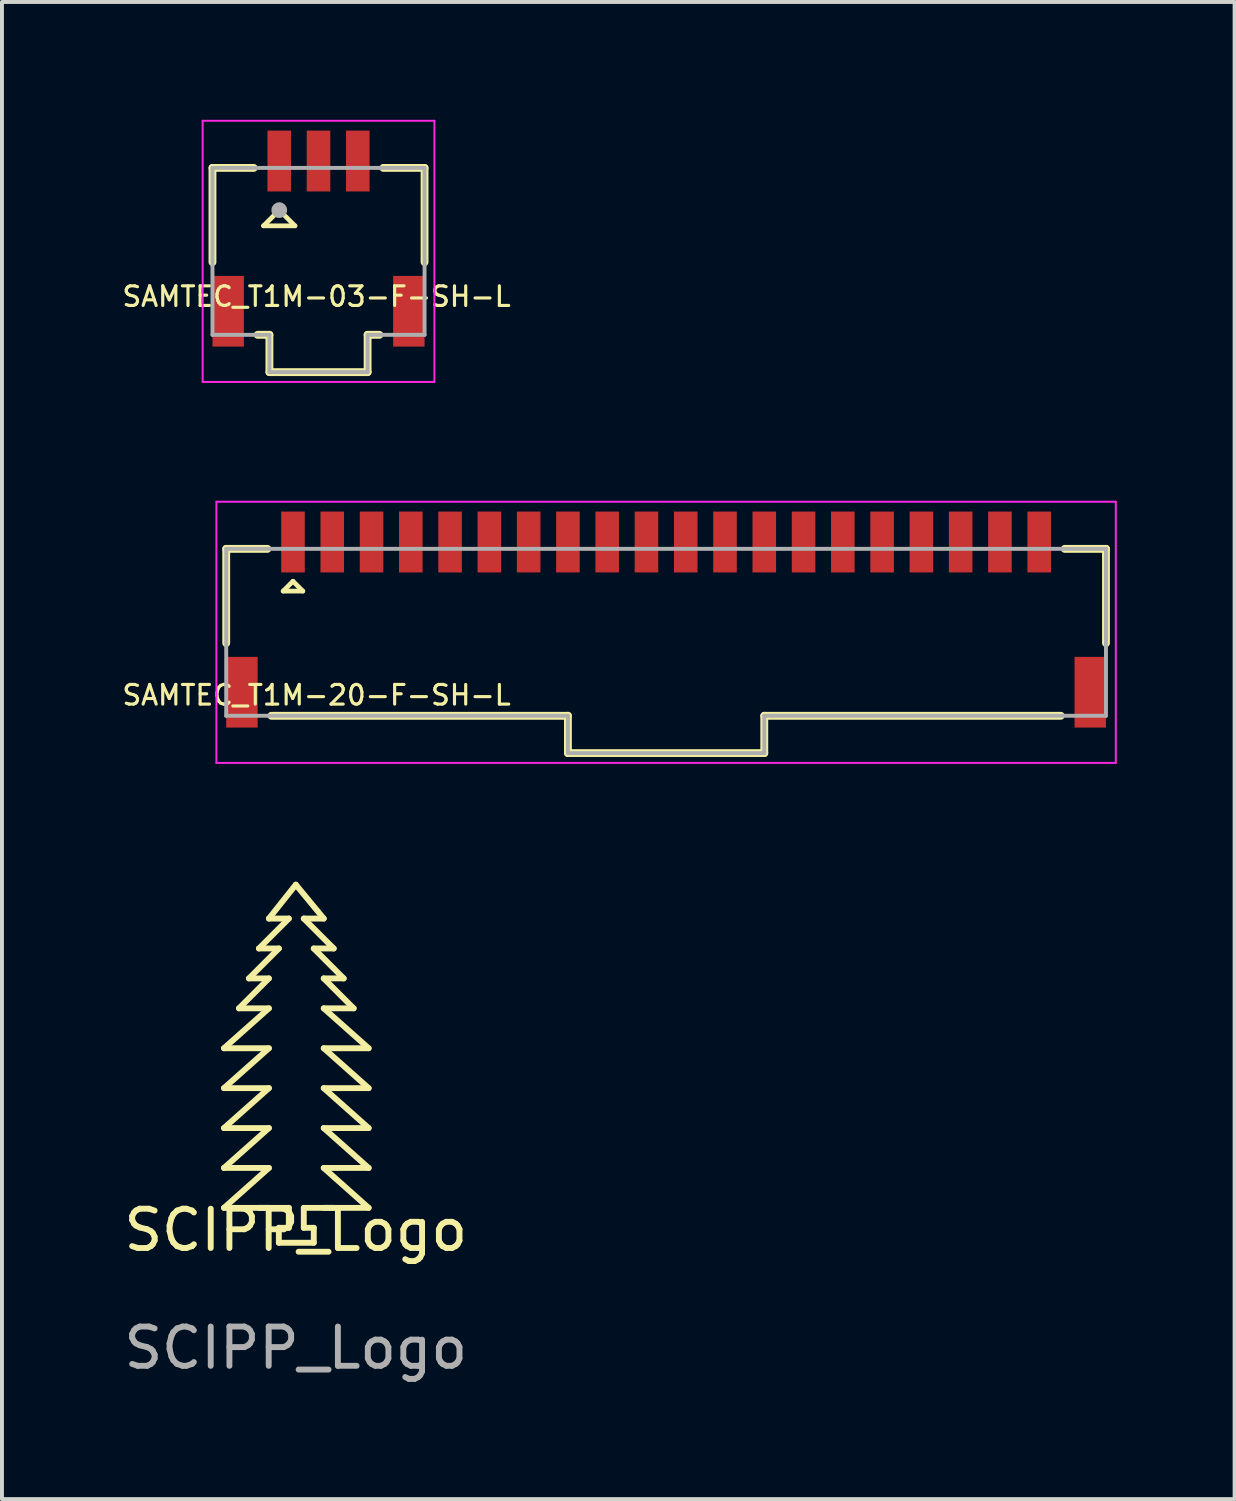
<source format=kicad_pcb>
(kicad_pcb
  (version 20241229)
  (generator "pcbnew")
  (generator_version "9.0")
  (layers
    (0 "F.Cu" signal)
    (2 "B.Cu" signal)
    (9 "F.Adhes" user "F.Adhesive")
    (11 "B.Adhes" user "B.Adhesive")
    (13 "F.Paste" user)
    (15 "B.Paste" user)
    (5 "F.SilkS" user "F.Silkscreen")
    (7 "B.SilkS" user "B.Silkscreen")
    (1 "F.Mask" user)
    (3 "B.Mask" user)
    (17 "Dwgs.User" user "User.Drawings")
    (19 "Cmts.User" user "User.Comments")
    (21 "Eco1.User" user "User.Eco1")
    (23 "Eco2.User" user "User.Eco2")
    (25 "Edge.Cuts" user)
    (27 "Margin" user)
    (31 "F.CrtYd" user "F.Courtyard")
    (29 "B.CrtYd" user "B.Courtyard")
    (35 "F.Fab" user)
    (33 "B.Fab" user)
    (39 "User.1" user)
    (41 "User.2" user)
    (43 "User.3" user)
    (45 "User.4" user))
  (footprint "SAMTEC_T1M-03-F-SH-L"
    (layer "F.Cu")
    (at 5.06 1.05)
    (property "Reference" "SAMTEC_T1M-03-F-SH-L" (at -0.05 3.45 0) (layer "F.SilkS") (effects (font (size 0.5 0.5) (thickness 0.08))))
    (attr smd)
    (fp_line (start -2.7 0.175) (end -2.7 2.575) (stroke (width 0.2) (type solid)) (layer "F.SilkS"))
    (fp_line (start -2.7 0.175) (end -1.65 0.175) (stroke (width 0.2) (type solid)) (layer "F.SilkS"))
    (fp_line (start -1.55 4.425) (end -1.25 4.425) (stroke (width 0.2) (type solid)) (layer "F.SilkS"))
    (fp_line (start -1.4 1.65) (end -0.6 1.65) (stroke (width 0.12) (type default)) (layer "F.SilkS"))
    (fp_line (start -1.25 4.425) (end -1.25 5.375) (stroke (width 0.2) (type solid)) (layer "F.SilkS"))
    (fp_line (start -1.25 5.375) (end 1.25 5.375) (stroke (width 0.2) (type solid)) (layer "F.SilkS"))
    (fp_line (start -1 1.25) (end -1.4 1.65) (stroke (width 0.12) (type default)) (layer "F.SilkS"))
    (fp_line (start -0.6 1.65) (end -1 1.25) (stroke (width 0.12) (type default)) (layer "F.SilkS"))
    (fp_line (start 1.25 4.425) (end 1.25 5.375) (stroke (width 0.2) (type solid)) (layer "F.SilkS"))
    (fp_line (start 1.55 4.425) (end 1.25 4.425) (stroke (width 0.2) (type solid)) (layer "F.SilkS"))
    (fp_line (start 2.7 0.175) (end 1.65 0.175) (stroke (width 0.2) (type solid)) (layer "F.SilkS"))
    (fp_line (start 2.7 0.175) (end 2.7 2.575) (stroke (width 0.2) (type solid)) (layer "F.SilkS"))
    (fp_line (start -2.95 -1.025) (end 2.95 -1.025) (stroke (width 0.05) (type solid)) (layer "F.CrtYd"))
    (fp_line (start -2.95 5.625) (end -2.95 -1.025) (stroke (width 0.05) (type solid)) (layer "F.CrtYd"))
    (fp_line (start 2.95 -1.025) (end 2.95 5.625) (stroke (width 0.05) (type solid)) (layer "F.CrtYd"))
    (fp_line (start 2.95 5.625) (end -2.95 5.625) (stroke (width 0.05) (type solid)) (layer "F.CrtYd"))
    (fp_line (start -2.7 0.175) (end -2.7 4.425) (stroke (width 0.1) (type solid)) (layer "F.Fab"))
    (fp_line (start -2.7 0.175) (end 2.7 0.175) (stroke (width 0.1) (type solid)) (layer "F.Fab"))
    (fp_line (start -2.7 4.425) (end -1.25 4.425) (stroke (width 0.1) (type solid)) (layer "F.Fab"))
    (fp_line (start -1.25 4.425) (end -1.25 5.375) (stroke (width 0.1) (type solid)) (layer "F.Fab"))
    (fp_line (start -1.25 5.375) (end 1.25 5.375) (stroke (width 0.1) (type solid)) (layer "F.Fab"))
    (fp_line (start 1.25 4.425) (end 1.25 5.375) (stroke (width 0.1) (type solid)) (layer "F.Fab"))
    (fp_line (start 2.7 0.175) (end 2.7 4.425) (stroke (width 0.1) (type solid)) (layer "F.Fab"))
    (fp_line (start 2.7 4.425) (end 1.25 4.425) (stroke (width 0.1) (type solid)) (layer "F.Fab"))
    (fp_circle (center -1 1.25) (end -0.9 1.25) (stroke (width 0.2) (type solid)) (fill no) (layer "F.Fab"))
    (pad "1" smd rect (at -1 0) (size 0.6 1.55) (layers "F.Cu" "F.Mask" "F.Paste"))
    (pad "2" smd rect (at 0 0) (size 0.6 1.55) (layers "F.Cu" "F.Mask" "F.Paste"))
    (pad "3" smd rect (at 1 0) (size 0.6 1.55) (layers "F.Cu" "F.Mask" "F.Paste"))
    (pad "S1" smd rect (at -2.3 3.825) (size 0.8 1.8) (layers "F.Cu" "F.Mask" "F.Paste"))
    (pad "S2" smd rect (at 2.3 3.825) (size 0.8 1.8) (layers "F.Cu" "F.Mask" "F.Paste")))
  (footprint "SCIPP_Logo"
    (layer "F.Cu")
    (at 4.482 28.771)
    (property "Reference" "SCIPP_Logo" (at 0 -0.5 0) (unlocked yes) (layer "F.SilkS") (effects (font (size 1 1) (thickness 0.15))))
    (attr smd)
    (fp_line (start -1.829 -5.131) (end -0.686 -5.131) (stroke (width 0.15) (type solid)) (layer "F.SilkS"))
    (fp_line (start -1.829 -4.115) (end -0.686 -4.115) (stroke (width 0.15) (type solid)) (layer "F.SilkS"))
    (fp_line (start -1.829 -3.099) (end -0.686 -3.099) (stroke (width 0.15) (type solid)) (layer "F.SilkS"))
    (fp_line (start -1.829 -2.083) (end -0.686 -2.083) (stroke (width 0.15) (type solid)) (layer "F.SilkS"))
    (fp_line (start -1.829 -1.067) (end -0.686 -1.067) (stroke (width 0.15) (type solid)) (layer "F.SilkS"))
    (fp_line (start -1.448 -6.147) (end -0.686 -6.147) (stroke (width 0.15) (type solid)) (layer "F.SilkS"))
    (fp_line (start -1.194 -6.909) (end -0.686 -6.909) (stroke (width 0.15) (type solid)) (layer "F.SilkS"))
    (fp_line (start -0.94 -7.671) (end -0.432 -7.671) (stroke (width 0.15) (type solid)) (layer "F.SilkS"))
    (fp_line (start -0.94 -1.067) (end -0.178 -1.067) (stroke (width 0.15) (type solid)) (layer "F.SilkS"))
    (fp_line (start -0.686 -8.433) (end -0.178 -8.433) (stroke (width 0.15) (type solid)) (layer "F.SilkS"))
    (fp_line (start -0.686 -6.909) (end -1.448 -6.147) (stroke (width 0.15) (type solid)) (layer "F.SilkS"))
    (fp_line (start -0.686 -6.147) (end -1.829 -5.131) (stroke (width 0.15) (type solid)) (layer "F.SilkS"))
    (fp_line (start -0.686 -5.131) (end -1.829 -4.115) (stroke (width 0.15) (type solid)) (layer "F.SilkS"))
    (fp_line (start -0.686 -4.115) (end -1.829 -3.099) (stroke (width 0.15) (type solid)) (layer "F.SilkS"))
    (fp_line (start -0.686 -3.099) (end -1.829 -2.083) (stroke (width 0.15) (type solid)) (layer "F.SilkS"))
    (fp_line (start -0.686 -2.083) (end -1.829 -1.067) (stroke (width 0.15) (type solid)) (layer "F.SilkS"))
    (fp_line (start -0.432 -7.671) (end -1.194 -6.909) (stroke (width 0.15) (type solid)) (layer "F.SilkS"))
    (fp_line (start -0.432 -0.559) (end -0.432 -0.178) (stroke (width 0.15) (type solid)) (layer "F.SilkS"))
    (fp_line (start -0.432 -0.178) (end 0.457 -0.178) (stroke (width 0.15) (type solid)) (layer "F.SilkS"))
    (fp_line (start -0.178 -8.433) (end -0.94 -7.671) (stroke (width 0.15) (type solid)) (layer "F.SilkS"))
    (fp_line (start -0.178 -1.067) (end -0.178 -0.559) (stroke (width 0.15) (type solid)) (layer "F.SilkS"))
    (fp_line (start -0.178 -0.559) (end -0.432 -0.559) (stroke (width 0.15) (type solid)) (layer "F.SilkS"))
    (fp_line (start 0 -9.296) (end -0.686 -8.433) (stroke (width 0.15) (type solid)) (layer "F.SilkS"))
    (fp_line (start 0.203 -8.433) (end 0.711 -8.433) (stroke (width 0.15) (type solid)) (layer "F.SilkS"))
    (fp_line (start 0.203 -8.433) (end 0.965 -7.671) (stroke (width 0.15) (type solid)) (layer "F.SilkS"))
    (fp_line (start 0.203 -1.067) (end 0.965 -1.067) (stroke (width 0.15) (type solid)) (layer "F.SilkS"))
    (fp_line (start 0.203 -0.559) (end 0.203 -1.067) (stroke (width 0.15) (type solid)) (layer "F.SilkS"))
    (fp_line (start 0.457 -7.671) (end 0.965 -7.671) (stroke (width 0.15) (type solid)) (layer "F.SilkS"))
    (fp_line (start 0.457 -7.671) (end 1.219 -6.909) (stroke (width 0.15) (type solid)) (layer "F.SilkS"))
    (fp_line (start 0.457 -0.559) (end 0.203 -0.559) (stroke (width 0.15) (type solid)) (layer "F.SilkS"))
    (fp_line (start 0.457 -0.178) (end 0.457 -0.559) (stroke (width 0.15) (type solid)) (layer "F.SilkS"))
    (fp_line (start 0.711 -8.433) (end 0 -9.296) (stroke (width 0.15) (type solid)) (layer "F.SilkS"))
    (fp_line (start 0.711 -6.909) (end 1.219 -6.909) (stroke (width 0.15) (type solid)) (layer "F.SilkS"))
    (fp_line (start 0.711 -6.909) (end 1.473 -6.147) (stroke (width 0.15) (type solid)) (layer "F.SilkS"))
    (fp_line (start 0.711 -6.147) (end 1.473 -6.147) (stroke (width 0.15) (type solid)) (layer "F.SilkS"))
    (fp_line (start 0.711 -5.131) (end 1.854 -5.131) (stroke (width 0.15) (type solid)) (layer "F.SilkS"))
    (fp_line (start 0.711 -4.115) (end 1.854 -4.115) (stroke (width 0.15) (type solid)) (layer "F.SilkS"))
    (fp_line (start 0.711 -3.099) (end 1.854 -3.099) (stroke (width 0.15) (type solid)) (layer "F.SilkS"))
    (fp_line (start 0.711 -2.083) (end 1.854 -2.083) (stroke (width 0.15) (type solid)) (layer "F.SilkS"))
    (fp_line (start 0.711 -1.067) (end 1.854 -1.067) (stroke (width 0.15) (type solid)) (layer "F.SilkS"))
    (fp_line (start 1.854 -5.131) (end 0.711 -6.147) (stroke (width 0.15) (type solid)) (layer "F.SilkS"))
    (fp_line (start 1.854 -4.115) (end 0.711 -5.131) (stroke (width 0.15) (type solid)) (layer "F.SilkS"))
    (fp_line (start 1.854 -3.099) (end 0.711 -4.115) (stroke (width 0.15) (type solid)) (layer "F.SilkS"))
    (fp_line (start 1.854 -2.083) (end 0.711 -3.099) (stroke (width 0.15) (type solid)) (layer "F.SilkS"))
    (fp_line (start 1.854 -1.067) (end 0.711 -2.083) (stroke (width 0.15) (type solid)) (layer "F.SilkS"))
    (fp_text user "${REFERENCE}" (at 0 2.5 0) (unlocked yes) (layer "F.Fab") (effects (font (size 1 1) (thickness 0.15)))))
  (footprint "SAMTEC_T1M-20-F-SH-L"
    (layer "F.Cu")
    (at 13.91 10.75)
    (property "Reference" "SAMTEC_T1M-20-F-SH-L" (at -8.9 3.9 0) (layer "F.SilkS") (effects (font (size 0.5 0.5) (thickness 0.08))))
    (attr smd)
    (fp_line (start -11.2 0.175) (end -11.2 2.575) (stroke (width 0.2) (type solid)) (layer "F.SilkS"))
    (fp_line (start -11.2 0.175) (end -10.15 0.175) (stroke (width 0.2) (type solid)) (layer "F.SilkS"))
    (fp_line (start -10.05 4.425) (end -2.5 4.425) (stroke (width 0.2) (type solid)) (layer "F.SilkS"))
    (fp_line (start -9.75 1.25) (end -9.25 1.25) (stroke (width 0.12) (type default)) (layer "F.SilkS"))
    (fp_line (start -9.5 1) (end -9.75 1.25) (stroke (width 0.12) (type default)) (layer "F.SilkS"))
    (fp_line (start -9.25 1.25) (end -9.5 1) (stroke (width 0.12) (type default)) (layer "F.SilkS"))
    (fp_line (start -2.5 4.425) (end -2.5 5.375) (stroke (width 0.2) (type solid)) (layer "F.SilkS"))
    (fp_line (start -2.5 5.375) (end 2.5 5.375) (stroke (width 0.2) (type solid)) (layer "F.SilkS"))
    (fp_line (start 2.5 4.425) (end 2.5 5.375) (stroke (width 0.2) (type solid)) (layer "F.SilkS"))
    (fp_line (start 10.05 4.425) (end 2.5 4.425) (stroke (width 0.2) (type solid)) (layer "F.SilkS"))
    (fp_line (start 11.2 0.175) (end 10.15 0.175) (stroke (width 0.2) (type solid)) (layer "F.SilkS"))
    (fp_line (start 11.2 0.175) (end 11.2 2.575) (stroke (width 0.2) (type solid)) (layer "F.SilkS"))
    (fp_line (start -11.45 -1.025) (end 11.45 -1.025) (stroke (width 0.05) (type solid)) (layer "F.CrtYd"))
    (fp_line (start -11.45 5.625) (end -11.45 -1.025) (stroke (width 0.05) (type solid)) (layer "F.CrtYd"))
    (fp_line (start 11.45 -1.025) (end 11.45 5.625) (stroke (width 0.05) (type solid)) (layer "F.CrtYd"))
    (fp_line (start 11.45 5.625) (end -11.45 5.625) (stroke (width 0.05) (type solid)) (layer "F.CrtYd"))
    (fp_line (start -11.2 0.175) (end -11.2 4.425) (stroke (width 0.1) (type solid)) (layer "F.Fab"))
    (fp_line (start -11.2 0.175) (end 11.2 0.175) (stroke (width 0.1) (type solid)) (layer "F.Fab"))
    (fp_line (start -11.2 4.425) (end -2.5 4.425) (stroke (width 0.1) (type solid)) (layer "F.Fab"))
    (fp_line (start -2.5 4.425) (end -2.5 5.375) (stroke (width 0.1) (type solid)) (layer "F.Fab"))
    (fp_line (start -2.5 5.375) (end 2.5 5.375) (stroke (width 0.1) (type solid)) (layer "F.Fab"))
    (fp_line (start 2.5 4.425) (end 2.5 5.375) (stroke (width 0.1) (type solid)) (layer "F.Fab"))
    (fp_line (start 11.2 0.175) (end 11.2 4.425) (stroke (width 0.1) (type solid)) (layer "F.Fab"))
    (fp_line (start 11.2 4.425) (end 2.5 4.425) (stroke (width 0.1) (type solid)) (layer "F.Fab"))
    (pad "01" smd rect (at -9.5 0) (size 0.6 1.55) (layers "F.Cu" "F.Mask" "F.Paste"))
    (pad "02" smd rect (at -8.5 0) (size 0.6 1.55) (layers "F.Cu" "F.Mask" "F.Paste"))
    (pad "03" smd rect (at -7.5 0) (size 0.6 1.55) (layers "F.Cu" "F.Mask" "F.Paste"))
    (pad "04" smd rect (at -6.5 0) (size 0.6 1.55) (layers "F.Cu" "F.Mask" "F.Paste"))
    (pad "05" smd rect (at -5.5 0) (size 0.6 1.55) (layers "F.Cu" "F.Mask" "F.Paste"))
    (pad "06" smd rect (at -4.5 0) (size 0.6 1.55) (layers "F.Cu" "F.Mask" "F.Paste"))
    (pad "07" smd rect (at -3.5 0) (size 0.6 1.55) (layers "F.Cu" "F.Mask" "F.Paste"))
    (pad "08" smd rect (at -2.5 0) (size 0.6 1.55) (layers "F.Cu" "F.Mask" "F.Paste"))
    (pad "09" smd rect (at -1.5 0) (size 0.6 1.55) (layers "F.Cu" "F.Mask" "F.Paste"))
    (pad "10" smd rect (at -0.5 0) (size 0.6 1.55) (layers "F.Cu" "F.Mask" "F.Paste"))
    (pad "11" smd rect (at 0.5 0) (size 0.6 1.55) (layers "F.Cu" "F.Mask" "F.Paste"))
    (pad "12" smd rect (at 1.5 0) (size 0.6 1.55) (layers "F.Cu" "F.Mask" "F.Paste"))
    (pad "13" smd rect (at 2.5 0) (size 0.6 1.55) (layers "F.Cu" "F.Mask" "F.Paste"))
    (pad "14" smd rect (at 3.5 0) (size 0.6 1.55) (layers "F.Cu" "F.Mask" "F.Paste"))
    (pad "15" smd rect (at 4.5 0) (size 0.6 1.55) (layers "F.Cu" "F.Mask" "F.Paste"))
    (pad "16" smd rect (at 5.5 0) (size 0.6 1.55) (layers "F.Cu" "F.Mask" "F.Paste"))
    (pad "17" smd rect (at 6.5 0) (size 0.6 1.55) (layers "F.Cu" "F.Mask" "F.Paste"))
    (pad "18" smd rect (at 7.5 0) (size 0.6 1.55) (layers "F.Cu" "F.Mask" "F.Paste"))
    (pad "19" smd rect (at 8.5 0) (size 0.6 1.55) (layers "F.Cu" "F.Mask" "F.Paste"))
    (pad "20" smd rect (at 9.5 0) (size 0.6 1.55) (layers "F.Cu" "F.Mask" "F.Paste"))
    (pad "S1" smd rect (at -10.8 3.825) (size 0.8 1.8) (layers "F.Cu" "F.Mask" "F.Paste"))
    (pad "S2" smd rect (at 10.8 3.825) (size 0.8 1.8) (layers "F.Cu" "F.Mask" "F.Paste")))
  (gr_rect
    (start -3 -3)
    (end 28.385 35.12)
    (stroke (width 0.1) (type default))
    (fill no)
    (layer "Edge.Cuts")))
</source>
